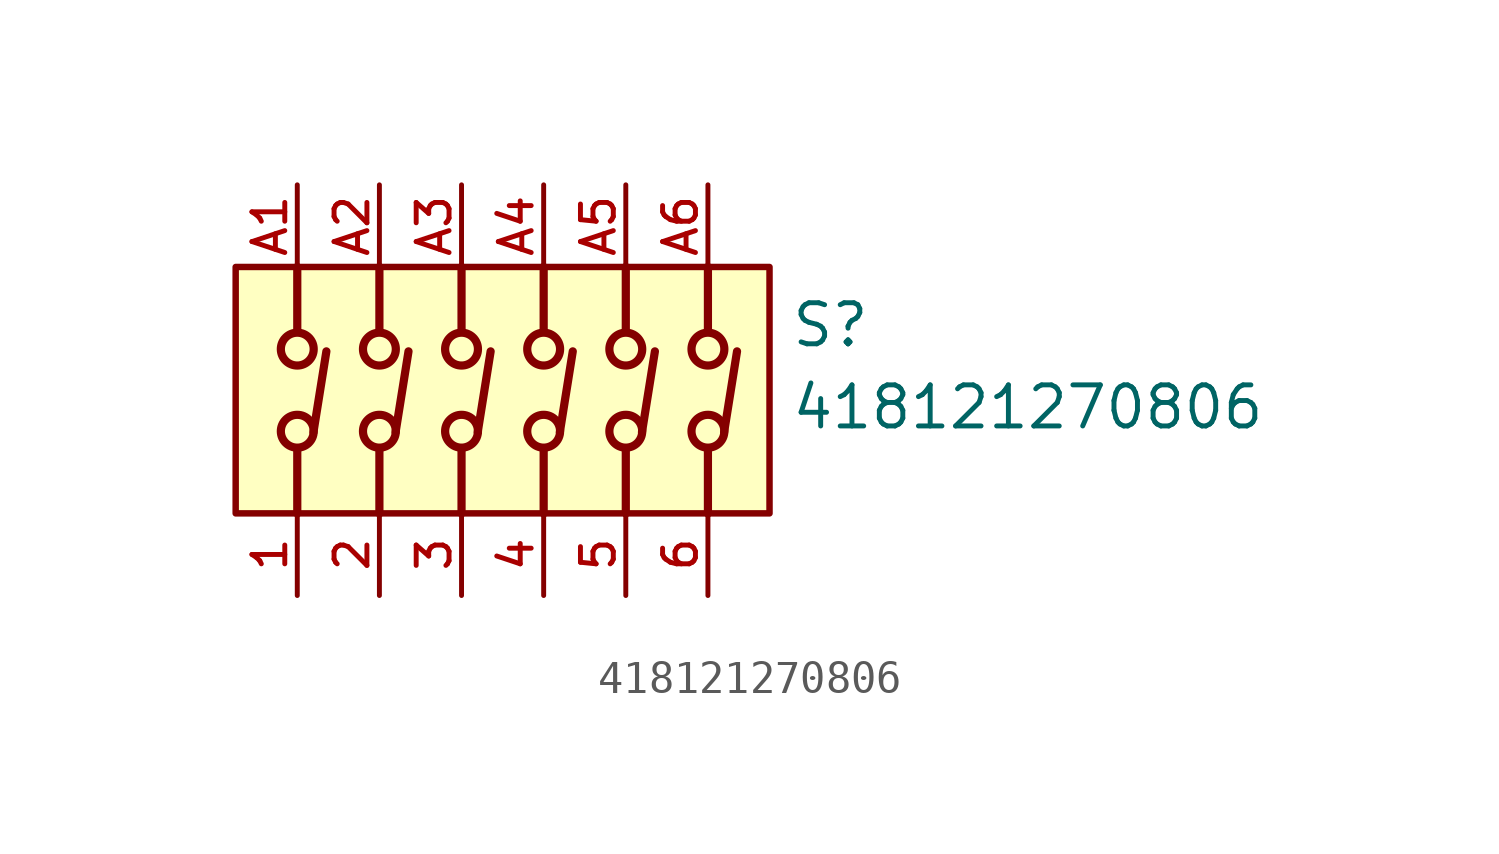
<source format=kicad_sym>
(kicad_symbol_lib
  (version 20211014)
  (generator kicad_symbol_editor)
  (symbol "418121270806"
    (pin_names
      (offset 1.016))
    (property "Reference" "S"
      (at 7.62 2.54 0)
      (effects (font (size 1.27 1.27)) (justify bottom left)))
    (property "Value" "418121270806"
      (at 7.62 0.0 0)
      (effects (font (size 1.27 1.27)) (justify bottom left)))
    (symbol "418121270806_0_0"
      (polyline (pts (xy -7.62 -2.54) (xy -7.62 -0.535)) (stroke (width 0.254)))
      (polyline (pts (xy -7.62 5.08) (xy -7.62 3.075)) (stroke (width 0.254)))
      (polyline (pts (xy -7.12 -0.03) (xy -6.72 2.47)) (stroke (width 0.254)))
      (polyline (pts (xy -5.08 -2.54) (xy -5.08 -0.535)) (stroke (width 0.254)))
      (polyline (pts (xy -5.08 5.08) (xy -5.08 3.075)) (stroke (width 0.254)))
      (polyline (pts (xy -4.58 -0.03) (xy -4.18 2.47)) (stroke (width 0.254)))
      (polyline (pts (xy -2.54 -2.54) (xy -2.54 -0.535)) (stroke (width 0.254)))
      (polyline (pts (xy -2.54 5.08) (xy -2.54 3.075)) (stroke (width 0.254)))
      (polyline (pts (xy -2.04 -0.03) (xy -1.64 2.47)) (stroke (width 0.254)))
      (polyline (pts (xy 0.0 -2.54) (xy 0.0 -0.535)) (stroke (width 0.254)))
      (polyline (pts (xy 0.0 5.08) (xy 0.0 3.075)) (stroke (width 0.254)))
      (polyline (pts (xy 0.5 -0.03) (xy 0.9 2.47)) (stroke (width 0.254)))
      (polyline (pts (xy 2.54 -2.54) (xy 2.54 -0.535)) (stroke (width 0.254)))
      (polyline (pts (xy 2.54 5.08) (xy 2.54 3.075)) (stroke (width 0.254)))
      (polyline (pts (xy 3.04 -0.03) (xy 3.44 2.47)) (stroke (width 0.254)))
      (polyline (pts (xy 5.08 -2.54) (xy 5.08 -0.535)) (stroke (width 0.254)))
      (polyline (pts (xy 5.08 5.08) (xy 5.08 3.075)) (stroke (width 0.254)))
      (polyline (pts (xy 5.58 -0.03) (xy 5.98 2.47)) (stroke (width 0.254)))
      (circle (center -7.62 2.54) (radius 0.508) (stroke (width 0.254)) (fill (type none)))
      (circle (center -7.62 0.0) (radius 0.508) (stroke (width 0.254)) (fill (type none)))
      (circle (center -5.08 2.54) (radius 0.508) (stroke (width 0.254)) (fill (type none)))
      (circle (center -5.08 0.0) (radius 0.508) (stroke (width 0.254)) (fill (type none)))
      (circle (center -2.54 2.54) (radius 0.508) (stroke (width 0.254)) (fill (type none)))
      (circle (center -2.54 0.0) (radius 0.508) (stroke (width 0.254)) (fill (type none)))
      (circle (center 0.0 2.54) (radius 0.508) (stroke (width 0.254)) (fill (type none)))
      (circle (center 0.0 0.0) (radius 0.508) (stroke (width 0.254)) (fill (type none)))
      (circle (center 2.54 2.54) (radius 0.508) (stroke (width 0.254)) (fill (type none)))
      (circle (center 2.54 0.0) (radius 0.508) (stroke (width 0.254)) (fill (type none)))
      (circle (center 5.08 2.54) (radius 0.508) (stroke (width 0.254)) (fill (type none)))
      (circle (center 5.08 0.0) (radius 0.508) (stroke (width 0.254)) (fill (type none)))
      (rectangle (start -9.525 -2.54) (end 6.985 5.08) (stroke (width 0.2)) (fill (type background)))
      (pin passive line (at -7.62 -5.08 90.0) (length 2.54) (name "~" (effects (font (size 1.016 1.016)))) (number "1" (effects (font (size 1.016 1.016)))))
      (pin passive line (at -7.62 7.62 270.0) (length 2.54) (name "~" (effects (font (size 1.016 1.016)))) (number "A1" (effects (font (size 1.016 1.016)))))
      (pin passive line (at -5.08 -5.08 90.0) (length 2.54) (name "~" (effects (font (size 1.016 1.016)))) (number "2" (effects (font (size 1.016 1.016)))))
      (pin passive line (at -5.08 7.62 270.0) (length 2.54) (name "~" (effects (font (size 1.016 1.016)))) (number "A2" (effects (font (size 1.016 1.016)))))
      (pin passive line (at -2.54 -5.08 90.0) (length 2.54) (name "~" (effects (font (size 1.016 1.016)))) (number "3" (effects (font (size 1.016 1.016)))))
      (pin passive line (at -2.54 7.62 270.0) (length 2.54) (name "~" (effects (font (size 1.016 1.016)))) (number "A3" (effects (font (size 1.016 1.016)))))
      (pin passive line (at 0.0 -5.08 90.0) (length 2.54) (name "~" (effects (font (size 1.016 1.016)))) (number "4" (effects (font (size 1.016 1.016)))))
      (pin passive line (at 0.0 7.62 270.0) (length 2.54) (name "~" (effects (font (size 1.016 1.016)))) (number "A4" (effects (font (size 1.016 1.016)))))
      (pin passive line (at 2.54 -5.08 90.0) (length 2.54) (name "~" (effects (font (size 1.016 1.016)))) (number "5" (effects (font (size 1.016 1.016)))))
      (pin passive line (at 2.54 7.62 270.0) (length 2.54) (name "~" (effects (font (size 1.016 1.016)))) (number "A5" (effects (font (size 1.016 1.016)))))
      (pin passive line (at 5.08 -5.08 90.0) (length 2.54) (name "~" (effects (font (size 1.016 1.016)))) (number "6" (effects (font (size 1.016 1.016)))))
      (pin passive line (at 5.08 7.62 270.0) (length 2.54) (name "~" (effects (font (size 1.016 1.016)))) (number "A6" (effects (font (size 1.016 1.016))))))))
</source>
